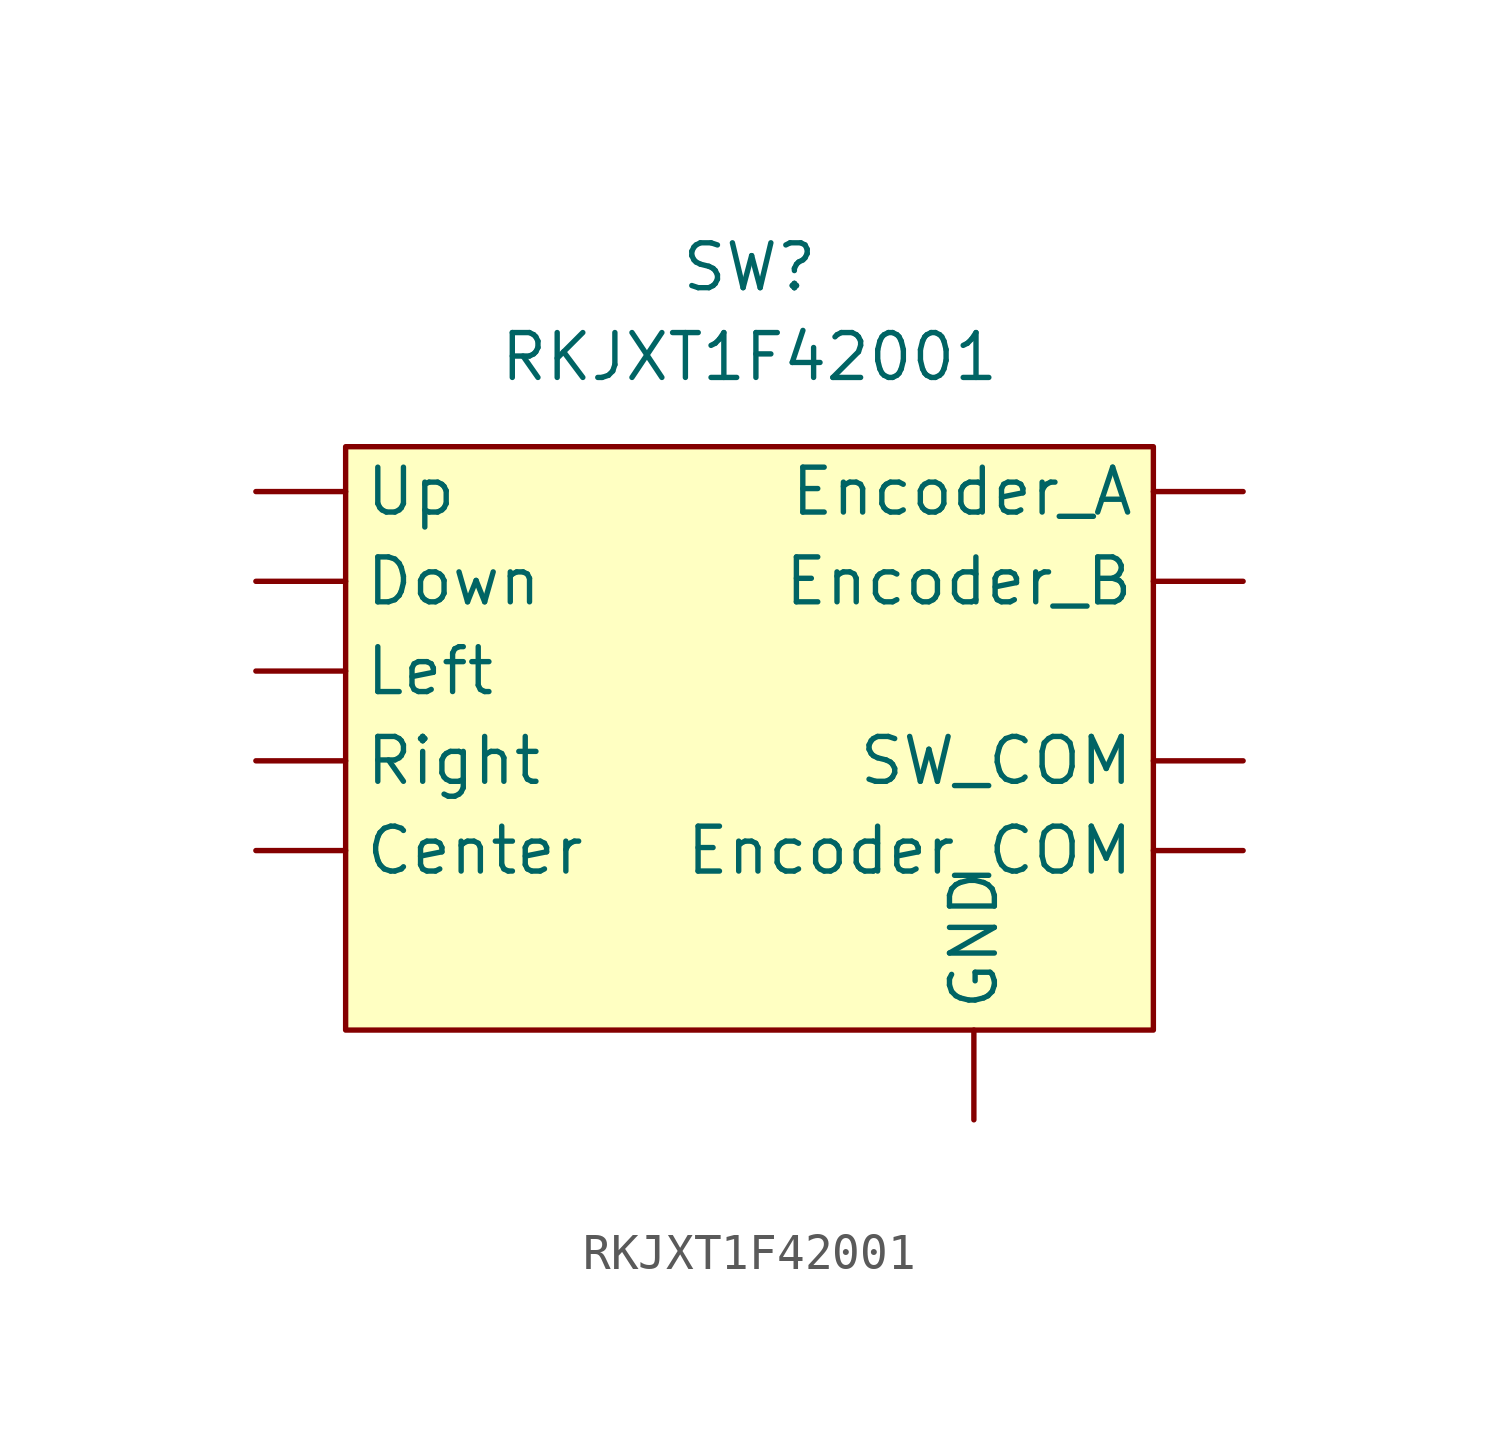
<source format=kicad_sym>
(kicad_symbol_lib
  (version 20211014)
  (generator kicad_symbol_editor)
  (symbol "RKJXT1F42001"
    (property "Reference" "SW"
      (at 0 5.08 0)
      (effects (font (size 1.27 1.27))))
    (property "Value" "RKJXT1F42001"
      (at 0 2.54 0)
      (effects (font (size 1.27 1.27))))
    (symbol "RKJXT1F42001_0_1"
      (rectangle (start -11.43 0) (end 11.43 -16.51) (stroke (width 0) (type default) (color 0 0 0 0)) (fill (type background))))
    (symbol "RKJXT1F42001_1_1"
      (pin bidirectional line (at -13.97 -11.43 0) (length 2.54) (name "Center" (effects (font (size 1.27 1.27)))) (number "" (effects (font (size 1.27 1.27)))))
      (pin bidirectional line (at -13.97 -3.81 0) (length 2.54) (name "Down" (effects (font (size 1.27 1.27)))) (number "" (effects (font (size 1.27 1.27)))))
      (pin output line (at 13.97 -1.27 180) (length 2.54) (name "Encoder_A" (effects (font (size 1.27 1.27)))) (number "" (effects (font (size 1.27 1.27)))))
      (pin output line (at 13.97 -3.81 180) (length 2.54) (name "Encoder_B" (effects (font (size 1.27 1.27)))) (number "" (effects (font (size 1.27 1.27)))))
      (pin bidirectional line (at 13.97 -11.43 180) (length 2.54) (name "Encoder_COM" (effects (font (size 1.27 1.27)))) (number "" (effects (font (size 1.27 1.27)))))
      (pin bidirectional line (at 6.35 -19.05 90) (length 2.54) (name "GND" (effects (font (size 1.27 1.27)))) (number "" (effects (font (size 1.27 1.27)))))
      (pin bidirectional line (at -13.97 -6.35 0) (length 2.54) (name "Left" (effects (font (size 1.27 1.27)))) (number "" (effects (font (size 1.27 1.27)))))
      (pin bidirectional line (at -13.97 -8.89 0) (length 2.54) (name "Right" (effects (font (size 1.27 1.27)))) (number "" (effects (font (size 1.27 1.27)))))
      (pin bidirectional line (at 13.97 -8.89 180) (length 2.54) (name "SW_COM" (effects (font (size 1.27 1.27)))) (number "" (effects (font (size 1.27 1.27)))))
      (pin bidirectional line (at -13.97 -1.27 0) (length 2.54) (name "Up" (effects (font (size 1.27 1.27)))) (number "" (effects (font (size 1.27 1.27))))))))
</source>
